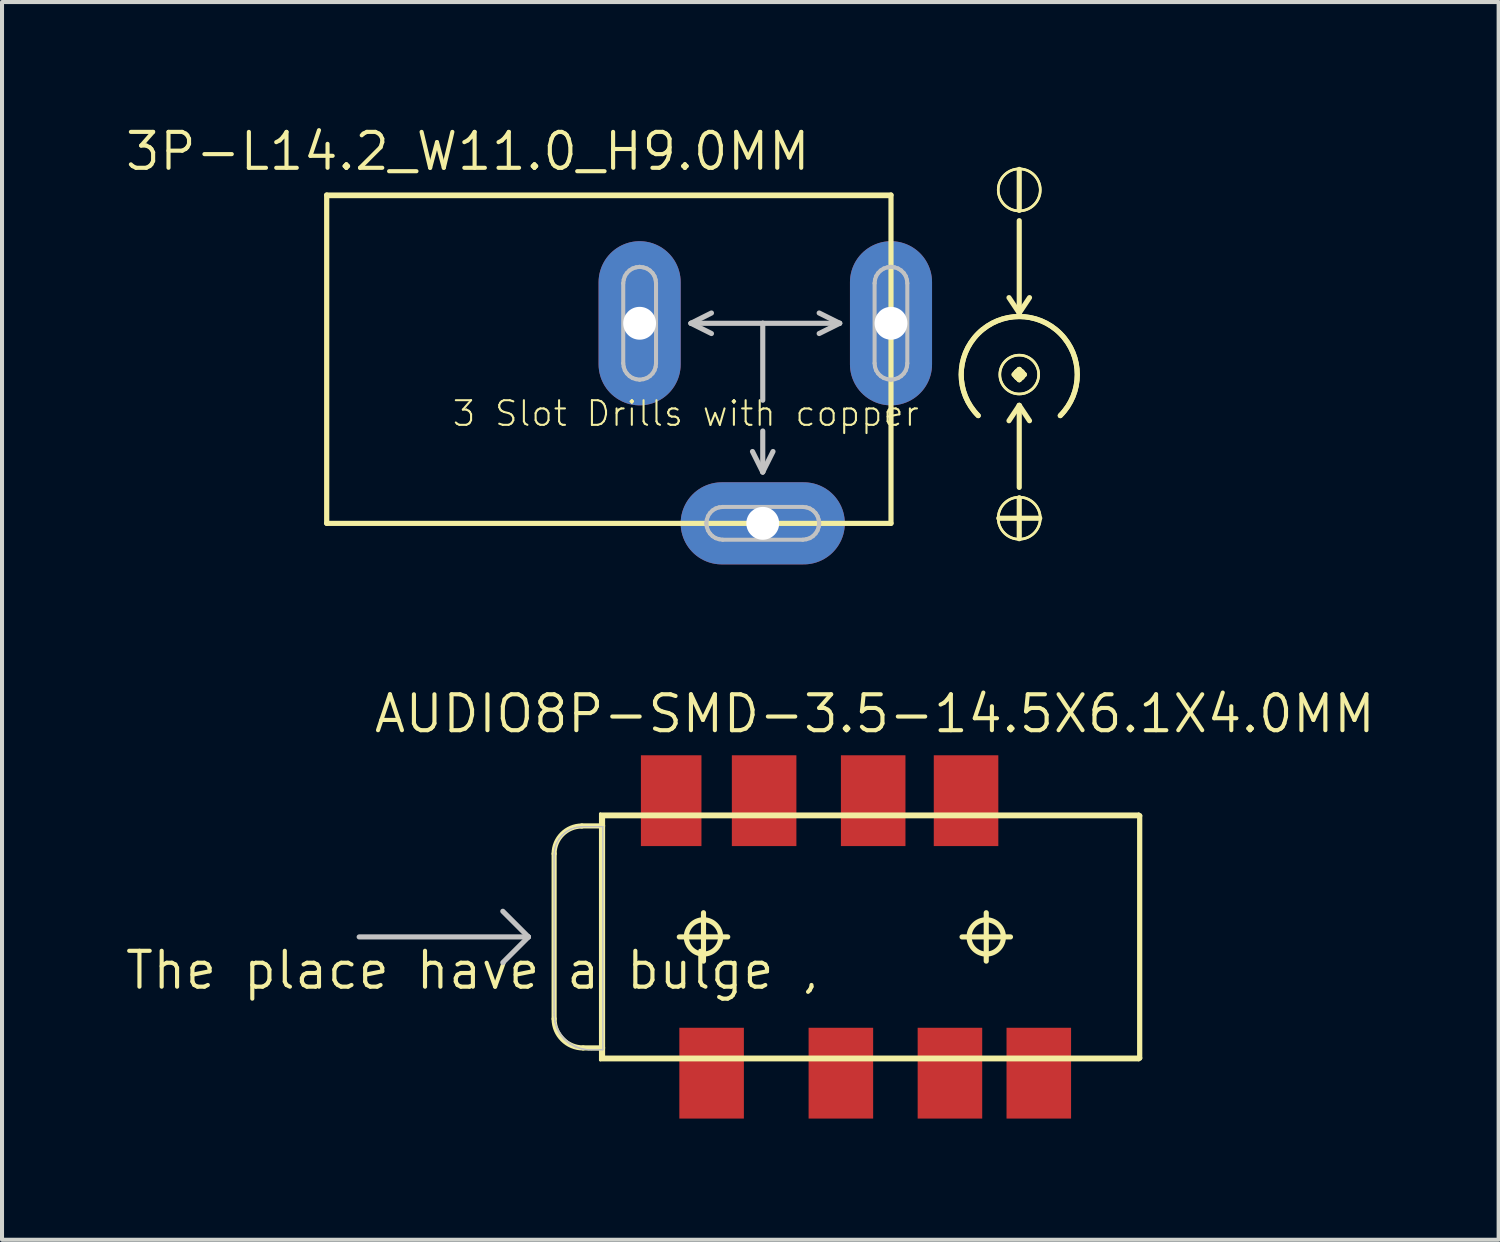
<source format=kicad_pcb>
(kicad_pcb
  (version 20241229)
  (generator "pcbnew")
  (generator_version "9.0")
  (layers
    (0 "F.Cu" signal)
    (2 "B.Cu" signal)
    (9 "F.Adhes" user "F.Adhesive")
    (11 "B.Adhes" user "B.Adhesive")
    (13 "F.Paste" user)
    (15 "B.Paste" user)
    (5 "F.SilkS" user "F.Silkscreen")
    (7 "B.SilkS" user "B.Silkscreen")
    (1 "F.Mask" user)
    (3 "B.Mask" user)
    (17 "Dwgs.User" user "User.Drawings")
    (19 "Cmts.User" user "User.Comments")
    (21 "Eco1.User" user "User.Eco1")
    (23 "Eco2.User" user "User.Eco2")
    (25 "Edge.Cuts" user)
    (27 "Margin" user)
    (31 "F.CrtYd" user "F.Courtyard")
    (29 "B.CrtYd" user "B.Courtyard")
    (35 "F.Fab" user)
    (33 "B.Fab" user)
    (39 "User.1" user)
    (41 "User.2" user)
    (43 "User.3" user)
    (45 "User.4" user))
  (footprint "AUDIO8P-SMD-3.5-14.5X6.1X4.0MM"
    (layer "F.Cu")
    (at 10.668 20.145)
    (property "Reference" "AUDIO8P-SMD-3.5-14.5X6.1X4.0MM" (at 7.938 -5.524 0) (layer "F.SilkS") (effects (font (size 0.889 0.889) (thickness 0.102))))
    (attr smd)
    (fp_line (start 0 -2.06) (end 0 2.029) (stroke (width 0.127) (type solid)) (layer "F.SilkS"))
    (fp_line (start 0.686 -2.748) (end 1.199 -2.748) (stroke (width 0.127) (type solid)) (layer "F.SilkS"))
    (fp_line (start 0.719 2.748) (end 1.199 2.748) (stroke (width 0.127) (type solid)) (layer "F.SilkS"))
    (fp_line (start 1.143 -3.048) (end 14.475 -3.048) (stroke (width 0.066) (type solid)) (layer "F.SilkS"))
    (fp_line (start 1.143 3.048) (end 1.143 -3.048) (stroke (width 0.066) (type solid)) (layer "F.SilkS"))
    (fp_line (start 1.143 3.048) (end 14.475 3.048) (stroke (width 0.066) (type solid)) (layer "F.SilkS"))
    (fp_line (start 1.199 -3) (end 14.498 -3) (stroke (width 0.127) (type solid)) (layer "F.SilkS"))
    (fp_line (start 1.199 -2.748) (end 1.199 -3) (stroke (width 0.127) (type solid)) (layer "F.SilkS"))
    (fp_line (start 1.199 -2.748) (end 1.199 2.748) (stroke (width 0.127) (type solid)) (layer "F.SilkS"))
    (fp_line (start 1.199 2.748) (end 1.199 3) (stroke (width 0.127) (type solid)) (layer "F.SilkS"))
    (fp_line (start 1.199 3) (end 14.498 3) (stroke (width 0.127) (type solid)) (layer "F.SilkS"))
    (fp_line (start 3.099 0) (end 4.298 0) (stroke (width 0.127) (type solid)) (layer "F.SilkS"))
    (fp_line (start 3.698 0.599) (end 3.698 -0.599) (stroke (width 0.127) (type solid)) (layer "F.SilkS"))
    (fp_line (start 10.099 0) (end 11.298 0) (stroke (width 0.127) (type solid)) (layer "F.SilkS"))
    (fp_line (start 10.698 0.599) (end 10.698 -0.599) (stroke (width 0.127) (type solid)) (layer "F.SilkS"))
    (fp_line (start 14.475 3.048) (end 14.475 -3.048) (stroke (width 0.066) (type solid)) (layer "F.SilkS"))
    (fp_line (start 14.498 -3) (end 14.498 3) (stroke (width 0.127) (type solid)) (layer "F.SilkS"))
    (fp_arc (start 0 -2.05994) (mid 0.200866 -2.544874) (end 0.6858 -2.74574) (stroke (width 0.127) (type solid)) (layer "F.SilkS"))
    (fp_arc (start 0.71882 2.74828) (mid 0.210538 2.537742) (end 0 2.02946) (stroke (width 0.127) (type solid)) (layer "F.SilkS"))
    (fp_circle (center 3.698 0) (end 3.998 0.3) (stroke (width 0.127) (type solid)) (fill no) (layer "F.SilkS"))
    (fp_circle (center 10.698 0) (end 10.998 0.3) (stroke (width 0.127) (type solid)) (fill no) (layer "F.SilkS"))
    (fp_line (start -4.826 0) (end -0.635 0) (stroke (width 0.127) (type solid)) (layer "Dwgs.User"))
    (fp_line (start -0.635 0) (end -1.27 -0.635) (stroke (width 0.127) (type solid)) (layer "Dwgs.User"))
    (fp_line (start -0.635 0) (end -1.27 0.635) (stroke (width 0.127) (type solid)) (layer "Dwgs.User"))
    (fp_line (start 0 -2.042) (end 0 1.941) (stroke (width 0.025) (type solid)) (layer "Dwgs.User"))
    (fp_line (start 0 -2.019) (end 0 1.867) (stroke (width 0.025) (type solid)) (layer "Dwgs.User"))
    (fp_line (start 0 1.941) (end 0.015 2.108) (stroke (width 0.025) (type solid)) (layer "Dwgs.User"))
    (fp_line (start 0.013 -2.177) (end 0 -2.042) (stroke (width 0.025) (type solid)) (layer "Dwgs.User"))
    (fp_line (start 0.015 2.108) (end 0.064 2.266) (stroke (width 0.025) (type solid)) (layer "Dwgs.User"))
    (fp_line (start 0.051 -2.306) (end 0.013 -2.177) (stroke (width 0.025) (type solid)) (layer "Dwgs.User"))
    (fp_line (start 0.064 2.266) (end 0.142 2.413) (stroke (width 0.025) (type solid)) (layer "Dwgs.User"))
    (fp_line (start 0.114 -2.423) (end 0.051 -2.306) (stroke (width 0.025) (type solid)) (layer "Dwgs.User"))
    (fp_line (start 0.142 2.413) (end 0.249 2.543) (stroke (width 0.025) (type solid)) (layer "Dwgs.User"))
    (fp_line (start 0.201 -2.527) (end 0.114 -2.423) (stroke (width 0.025) (type solid)) (layer "Dwgs.User"))
    (fp_line (start 0.249 2.543) (end 0.378 2.649) (stroke (width 0.025) (type solid)) (layer "Dwgs.User"))
    (fp_line (start 0.305 -2.614) (end 0.201 -2.527) (stroke (width 0.025) (type solid)) (layer "Dwgs.User"))
    (fp_line (start 0.378 2.649) (end 0.526 2.728) (stroke (width 0.025) (type solid)) (layer "Dwgs.User"))
    (fp_line (start 0.422 -2.677) (end 0.305 -2.614) (stroke (width 0.025) (type solid)) (layer "Dwgs.User"))
    (fp_line (start 0.526 2.728) (end 0.683 2.776) (stroke (width 0.025) (type solid)) (layer "Dwgs.User"))
    (fp_line (start 0.551 -2.715) (end 0.422 -2.677) (stroke (width 0.025) (type solid)) (layer "Dwgs.User"))
    (fp_line (start 0.683 2.776) (end 0.851 2.794) (stroke (width 0.025) (type solid)) (layer "Dwgs.User"))
    (fp_line (start 0.686 -2.731) (end 0.551 -2.715) (stroke (width 0.025) (type solid)) (layer "Dwgs.User"))
    (fp_line (start 0.851 2.794) (end 1.206 2.794) (stroke (width 0.025) (type solid)) (layer "Dwgs.User"))
    (fp_line (start 0.925 2.794) (end 1.206 2.794) (stroke (width 0.025) (type solid)) (layer "Dwgs.User"))
    (fp_line (start 1.206 -2.731) (end 0.686 -2.731) (stroke (width 0.025) (type solid)) (layer "Dwgs.User"))
    (fp_line (start 1.206 -2.731) (end 0.709 -2.731) (stroke (width 0.025) (type solid)) (layer "Dwgs.User"))
    (fp_line (start 1.206 2.794) (end 1.206 -2.731) (stroke (width 0.025) (type solid)) (layer "Dwgs.User"))
    (fp_line (start 1.206 2.794) (end 1.206 -2.731) (stroke (width 0.025) (type solid)) (layer "Dwgs.User"))
    (fp_arc (start 0 -2.0193) (mid 0.207562 -2.520398) (end 0.70866 -2.72796) (stroke (width 0.0254) (type solid)) (layer "Dwgs.User"))
    (fp_arc (start 0.92456 2.794) (mid 0.269001 2.522459) (end -0.00254 1.8669) (stroke (width 0.0254) (type solid)) (layer "Dwgs.User"))
    (fp_text user "The place have a bulge ,\n" (at -2.032 0.826 0) (layer "F.SilkS") (effects (font (size 0.889 0.889) (thickness 0.102))))
    (pad "1" smd rect (at 3.899 3.373 90) (size 2.248 1.598) (layers "F.Cu" "F.Mask" "F.Paste"))
    (pad "2" smd rect (at 7.099 3.373 90) (size 2.248 1.598) (layers "F.Cu" "F.Mask" "F.Paste"))
    (pad "3" smd rect (at 9.799 3.373 90) (size 2.248 1.598) (layers "F.Cu" "F.Mask" "F.Paste"))
    (pad "4" smd rect (at 10.198 -3.373 90) (size 2.248 1.598) (layers "F.Cu" "F.Mask" "F.Paste"))
    (pad "5" smd rect (at 2.898 -3.373 90) (size 2.248 1.499) (layers "F.Cu" "F.Mask" "F.Paste"))
    (pad "6" smd rect (at 5.199 -3.373 90) (size 2.248 1.598) (layers "F.Cu" "F.Mask" "F.Paste"))
    (pad "7" smd rect (at 7.899 -3.373 90) (size 2.248 1.598) (layers "F.Cu" "F.Mask" "F.Paste"))
    (pad "8" smd rect (at 11.999 3.373 90) (size 2.248 1.598) (layers "F.Cu" "F.Mask" "F.Paste")))
  (footprint "3P-L14.2_W11.0_H9.0MM"
    (layer "F.Cu")
    (at 15.833 4.953)
    (property "Reference" "3P-L14.2_W11.0_H9.0MM" (at -7.303 -4.255 0) (layer "F.SilkS") (effects (font (size 0.889 0.889) (thickness 0.102))))
    (attr exclude_from_pos_files exclude_from_bom)
    (fp_line (start -10.795 -3.175) (end 3.175 -3.175) (stroke (width 0.1) (type solid)) (layer "F.SilkS"))
    (fp_line (start -10.795 -3.175) (end 3.175 -3.175) (stroke (width 0.127) (type solid)) (layer "F.SilkS"))
    (fp_line (start -10.795 4.953) (end -10.795 -3.175) (stroke (width 0.1) (type solid)) (layer "F.SilkS"))
    (fp_line (start -10.795 4.953) (end -10.795 -3.175) (stroke (width 0.127) (type solid)) (layer "F.SilkS"))
    (fp_line (start -10.77 -3.129) (end 3.17 -3.129) (stroke (width 0.066) (type solid)) (layer "F.SilkS"))
    (fp_line (start -10.77 4.938) (end -10.77 -3.129) (stroke (width 0.066) (type solid)) (layer "F.SilkS"))
    (fp_line (start -10.77 4.938) (end 3.17 4.938) (stroke (width 0.066) (type solid)) (layer "F.SilkS"))
    (fp_line (start 3.17 4.938) (end 3.17 -3.129) (stroke (width 0.066) (type solid)) (layer "F.SilkS"))
    (fp_line (start 3.175 -3.175) (end 3.175 4.953) (stroke (width 0.1) (type solid)) (layer "F.SilkS"))
    (fp_line (start 3.175 -3.175) (end 3.175 4.953) (stroke (width 0.127) (type solid)) (layer "F.SilkS"))
    (fp_line (start 3.175 4.953) (end -10.795 4.953) (stroke (width 0.1) (type solid)) (layer "F.SilkS"))
    (fp_line (start 3.175 4.953) (end -10.795 4.953) (stroke (width 0.127) (type solid)) (layer "F.SilkS"))
    (fp_line (start 5.842 4.826) (end 6.858 4.826) (stroke (width 0.127) (type solid)) (layer "F.SilkS"))
    (fp_line (start 6.223 1.27) (end 6.35 1.397) (stroke (width 0.127) (type solid)) (layer "F.SilkS"))
    (fp_line (start 6.35 -2.794) (end 6.35 -3.81) (stroke (width 0.127) (type solid)) (layer "F.SilkS"))
    (fp_line (start 6.35 -0.254) (end 6.096 -0.635) (stroke (width 0.127) (type solid)) (layer "F.SilkS"))
    (fp_line (start 6.35 -0.254) (end 6.35 -2.54) (stroke (width 0.127) (type solid)) (layer "F.SilkS"))
    (fp_line (start 6.35 -0.254) (end 6.604 -0.635) (stroke (width 0.127) (type solid)) (layer "F.SilkS"))
    (fp_line (start 6.35 1.143) (end 6.223 1.27) (stroke (width 0.127) (type solid)) (layer "F.SilkS"))
    (fp_line (start 6.35 1.397) (end 6.35 1.143) (stroke (width 0.127) (type solid)) (layer "F.SilkS"))
    (fp_line (start 6.35 1.397) (end 6.477 1.27) (stroke (width 0.127) (type solid)) (layer "F.SilkS"))
    (fp_line (start 6.35 2.032) (end 6.096 2.413) (stroke (width 0.127) (type solid)) (layer "F.SilkS"))
    (fp_line (start 6.35 2.032) (end 6.35 4.064) (stroke (width 0.127) (type solid)) (layer "F.SilkS"))
    (fp_line (start 6.35 2.032) (end 6.604 2.413) (stroke (width 0.127) (type solid)) (layer "F.SilkS"))
    (fp_line (start 6.35 5.334) (end 6.35 4.318) (stroke (width 0.127) (type solid)) (layer "F.SilkS"))
    (fp_line (start 6.477 1.27) (end 6.35 1.143) (stroke (width 0.127) (type solid)) (layer "F.SilkS"))
    (fp_arc (start 5.334 2.286) (mid 6.35 -0.166841) (end 7.366 2.286) (stroke (width 0.127) (type solid)) (layer "F.SilkS"))
    (fp_arc (start 5.334 2.286) (mid 6.35 -0.166841) (end 7.366 2.286) (stroke (width 0.127) (type solid)) (layer "F.SilkS"))
    (fp_circle (center 6.35 -3.302) (end 6.718 -3.67) (stroke (width 0.064) (type solid)) (fill no) (layer "F.SilkS"))
    (fp_circle (center 6.35 -3.302) (end 6.718 -3.67) (stroke (width 0.064) (type solid)) (fill no) (layer "F.SilkS"))
    (fp_circle (center 6.35 1.27) (end 6.439 1.359) (stroke (width 0.064) (type solid)) (fill no) (layer "F.SilkS"))
    (fp_circle (center 6.35 1.27) (end 6.439 1.359) (stroke (width 0.064) (type solid)) (fill no) (layer "F.SilkS"))
    (fp_circle (center 6.35 1.27) (end 6.69 1.61) (stroke (width 0.064) (type solid)) (fill no) (layer "F.SilkS"))
    (fp_circle (center 6.35 1.27) (end 6.69 1.61) (stroke (width 0.064) (type solid)) (fill no) (layer "F.SilkS"))
    (fp_circle (center 6.35 4.826) (end 6.718 5.194) (stroke (width 0.064) (type solid)) (fill no) (layer "F.SilkS"))
    (fp_circle (center 6.35 4.826) (end 6.718 5.194) (stroke (width 0.064) (type solid)) (fill no) (layer "F.SilkS"))
    (fp_line (start -3.454 -0.991) (end -3.442 -1.079) (stroke (width 0.1) (type solid)) (layer "Dwgs.User"))
    (fp_line (start -3.454 0.991) (end -3.454 -0.991) (stroke (width 0.1) (type solid)) (layer "Dwgs.User"))
    (fp_line (start -3.442 -1.079) (end -3.414 -1.166) (stroke (width 0.1) (type solid)) (layer "Dwgs.User"))
    (fp_line (start -3.442 1.079) (end -3.454 0.991) (stroke (width 0.1) (type solid)) (layer "Dwgs.User"))
    (fp_line (start -3.414 -1.166) (end -3.365 -1.242) (stroke (width 0.1) (type solid)) (layer "Dwgs.User"))
    (fp_line (start -3.414 1.166) (end -3.442 1.079) (stroke (width 0.1) (type solid)) (layer "Dwgs.User"))
    (fp_line (start -3.365 -1.242) (end -3.299 -1.308) (stroke (width 0.1) (type solid)) (layer "Dwgs.User"))
    (fp_line (start -3.365 1.242) (end -3.414 1.166) (stroke (width 0.1) (type solid)) (layer "Dwgs.User"))
    (fp_line (start -3.299 -1.308) (end -3.223 -1.356) (stroke (width 0.1) (type solid)) (layer "Dwgs.User"))
    (fp_line (start -3.299 1.308) (end -3.365 1.242) (stroke (width 0.1) (type solid)) (layer "Dwgs.User"))
    (fp_line (start -3.223 -1.356) (end -3.137 -1.384) (stroke (width 0.1) (type solid)) (layer "Dwgs.User"))
    (fp_line (start -3.223 1.356) (end -3.299 1.308) (stroke (width 0.1) (type solid)) (layer "Dwgs.User"))
    (fp_line (start -3.137 -1.384) (end -3.048 -1.397) (stroke (width 0.1) (type solid)) (layer "Dwgs.User"))
    (fp_line (start -3.137 1.384) (end -3.223 1.356) (stroke (width 0.1) (type solid)) (layer "Dwgs.User"))
    (fp_line (start -3.048 -1.397) (end -2.957 -1.384) (stroke (width 0.1) (type solid)) (layer "Dwgs.User"))
    (fp_line (start -3.048 1.397) (end -3.137 1.384) (stroke (width 0.1) (type solid)) (layer "Dwgs.User"))
    (fp_line (start -2.957 -1.384) (end -2.87 -1.356) (stroke (width 0.1) (type solid)) (layer "Dwgs.User"))
    (fp_line (start -2.957 1.384) (end -3.048 1.397) (stroke (width 0.1) (type solid)) (layer "Dwgs.User"))
    (fp_line (start -2.87 -1.356) (end -2.794 -1.308) (stroke (width 0.1) (type solid)) (layer "Dwgs.User"))
    (fp_line (start -2.87 1.356) (end -2.957 1.384) (stroke (width 0.1) (type solid)) (layer "Dwgs.User"))
    (fp_line (start -2.794 -1.308) (end -2.728 -1.242) (stroke (width 0.1) (type solid)) (layer "Dwgs.User"))
    (fp_line (start -2.794 1.308) (end -2.87 1.356) (stroke (width 0.1) (type solid)) (layer "Dwgs.User"))
    (fp_line (start -2.728 -1.242) (end -2.68 -1.166) (stroke (width 0.1) (type solid)) (layer "Dwgs.User"))
    (fp_line (start -2.728 1.242) (end -2.794 1.308) (stroke (width 0.1) (type solid)) (layer "Dwgs.User"))
    (fp_line (start -2.68 -1.166) (end -2.652 -1.079) (stroke (width 0.1) (type solid)) (layer "Dwgs.User"))
    (fp_line (start -2.68 1.166) (end -2.728 1.242) (stroke (width 0.1) (type solid)) (layer "Dwgs.User"))
    (fp_line (start -2.652 -1.079) (end -2.642 -0.991) (stroke (width 0.1) (type solid)) (layer "Dwgs.User"))
    (fp_line (start -2.652 1.079) (end -2.68 1.166) (stroke (width 0.1) (type solid)) (layer "Dwgs.User"))
    (fp_line (start -2.642 -0.991) (end -2.642 0.991) (stroke (width 0.1) (type solid)) (layer "Dwgs.User"))
    (fp_line (start -2.642 0.991) (end -2.652 1.079) (stroke (width 0.1) (type solid)) (layer "Dwgs.User"))
    (fp_line (start -1.778 0) (end -1.27 -0.254) (stroke (width 0.127) (type solid)) (layer "Dwgs.User"))
    (fp_line (start -1.778 0) (end -1.27 0.254) (stroke (width 0.127) (type solid)) (layer "Dwgs.User"))
    (fp_line (start -1.397 4.953) (end -1.384 4.862) (stroke (width 0.1) (type solid)) (layer "Dwgs.User"))
    (fp_line (start -1.384 4.862) (end -1.356 4.775) (stroke (width 0.1) (type solid)) (layer "Dwgs.User"))
    (fp_line (start -1.384 5.042) (end -1.397 4.953) (stroke (width 0.1) (type solid)) (layer "Dwgs.User"))
    (fp_line (start -1.356 4.775) (end -1.308 4.699) (stroke (width 0.1) (type solid)) (layer "Dwgs.User"))
    (fp_line (start -1.356 5.128) (end -1.384 5.042) (stroke (width 0.1) (type solid)) (layer "Dwgs.User"))
    (fp_line (start -1.308 4.699) (end -1.242 4.633) (stroke (width 0.1) (type solid)) (layer "Dwgs.User"))
    (fp_line (start -1.308 5.204) (end -1.356 5.128) (stroke (width 0.1) (type solid)) (layer "Dwgs.User"))
    (fp_line (start -1.242 4.633) (end -1.166 4.585) (stroke (width 0.1) (type solid)) (layer "Dwgs.User"))
    (fp_line (start -1.242 5.271) (end -1.308 5.204) (stroke (width 0.1) (type solid)) (layer "Dwgs.User"))
    (fp_line (start -1.166 4.585) (end -1.079 4.557) (stroke (width 0.1) (type solid)) (layer "Dwgs.User"))
    (fp_line (start -1.166 5.319) (end -1.242 5.271) (stroke (width 0.1) (type solid)) (layer "Dwgs.User"))
    (fp_line (start -1.079 4.557) (end -0.991 4.547) (stroke (width 0.1) (type solid)) (layer "Dwgs.User"))
    (fp_line (start -1.079 5.347) (end -1.166 5.319) (stroke (width 0.1) (type solid)) (layer "Dwgs.User"))
    (fp_line (start -0.991 4.547) (end 0.991 4.547) (stroke (width 0.1) (type solid)) (layer "Dwgs.User"))
    (fp_line (start -0.991 5.359) (end -1.079 5.347) (stroke (width 0.1) (type solid)) (layer "Dwgs.User"))
    (fp_line (start 0 0) (end -1.778 0) (stroke (width 0.127) (type solid)) (layer "Dwgs.User"))
    (fp_line (start 0 0) (end 1.905 0) (stroke (width 0.127) (type solid)) (layer "Dwgs.User"))
    (fp_line (start 0 1.905) (end 0 0) (stroke (width 0.127) (type solid)) (layer "Dwgs.User"))
    (fp_line (start 0 2.667) (end 0 3.683) (stroke (width 0.127) (type solid)) (layer "Dwgs.User"))
    (fp_line (start 0 3.683) (end -0.254 3.175) (stroke (width 0.127) (type solid)) (layer "Dwgs.User"))
    (fp_line (start 0 3.683) (end 0.254 3.175) (stroke (width 0.127) (type solid)) (layer "Dwgs.User"))
    (fp_line (start 0.991 4.547) (end 1.079 4.557) (stroke (width 0.1) (type solid)) (layer "Dwgs.User"))
    (fp_line (start 0.991 5.359) (end -0.991 5.359) (stroke (width 0.1) (type solid)) (layer "Dwgs.User"))
    (fp_line (start 1.079 4.557) (end 1.166 4.585) (stroke (width 0.1) (type solid)) (layer "Dwgs.User"))
    (fp_line (start 1.079 5.347) (end 0.991 5.359) (stroke (width 0.1) (type solid)) (layer "Dwgs.User"))
    (fp_line (start 1.166 4.585) (end 1.242 4.633) (stroke (width 0.1) (type solid)) (layer "Dwgs.User"))
    (fp_line (start 1.166 5.319) (end 1.079 5.347) (stroke (width 0.1) (type solid)) (layer "Dwgs.User"))
    (fp_line (start 1.242 4.633) (end 1.308 4.699) (stroke (width 0.1) (type solid)) (layer "Dwgs.User"))
    (fp_line (start 1.242 5.271) (end 1.166 5.319) (stroke (width 0.1) (type solid)) (layer "Dwgs.User"))
    (fp_line (start 1.308 4.699) (end 1.356 4.775) (stroke (width 0.1) (type solid)) (layer "Dwgs.User"))
    (fp_line (start 1.308 5.204) (end 1.242 5.271) (stroke (width 0.1) (type solid)) (layer "Dwgs.User"))
    (fp_line (start 1.356 4.775) (end 1.384 4.862) (stroke (width 0.1) (type solid)) (layer "Dwgs.User"))
    (fp_line (start 1.356 5.128) (end 1.308 5.204) (stroke (width 0.1) (type solid)) (layer "Dwgs.User"))
    (fp_line (start 1.384 4.862) (end 1.397 4.953) (stroke (width 0.1) (type solid)) (layer "Dwgs.User"))
    (fp_line (start 1.384 5.042) (end 1.356 5.128) (stroke (width 0.1) (type solid)) (layer "Dwgs.User"))
    (fp_line (start 1.397 4.953) (end 1.384 5.042) (stroke (width 0.1) (type solid)) (layer "Dwgs.User"))
    (fp_line (start 1.905 0) (end 1.397 -0.254) (stroke (width 0.127) (type solid)) (layer "Dwgs.User"))
    (fp_line (start 1.905 0) (end 1.397 0.254) (stroke (width 0.127) (type solid)) (layer "Dwgs.User"))
    (fp_line (start 2.769 -0.991) (end 2.779 -1.079) (stroke (width 0.1) (type solid)) (layer "Dwgs.User"))
    (fp_line (start 2.769 0.991) (end 2.769 -0.991) (stroke (width 0.1) (type solid)) (layer "Dwgs.User"))
    (fp_line (start 2.779 -1.079) (end 2.807 -1.166) (stroke (width 0.1) (type solid)) (layer "Dwgs.User"))
    (fp_line (start 2.779 1.079) (end 2.769 0.991) (stroke (width 0.1) (type solid)) (layer "Dwgs.User"))
    (fp_line (start 2.807 -1.166) (end 2.855 -1.242) (stroke (width 0.1) (type solid)) (layer "Dwgs.User"))
    (fp_line (start 2.807 1.166) (end 2.779 1.079) (stroke (width 0.1) (type solid)) (layer "Dwgs.User"))
    (fp_line (start 2.855 -1.242) (end 2.921 -1.308) (stroke (width 0.1) (type solid)) (layer "Dwgs.User"))
    (fp_line (start 2.855 1.242) (end 2.807 1.166) (stroke (width 0.1) (type solid)) (layer "Dwgs.User"))
    (fp_line (start 2.921 -1.308) (end 2.997 -1.356) (stroke (width 0.1) (type solid)) (layer "Dwgs.User"))
    (fp_line (start 2.921 1.308) (end 2.855 1.242) (stroke (width 0.1) (type solid)) (layer "Dwgs.User"))
    (fp_line (start 2.997 -1.356) (end 3.084 -1.384) (stroke (width 0.1) (type solid)) (layer "Dwgs.User"))
    (fp_line (start 2.997 1.356) (end 2.921 1.308) (stroke (width 0.1) (type solid)) (layer "Dwgs.User"))
    (fp_line (start 3.084 -1.384) (end 3.175 -1.397) (stroke (width 0.1) (type solid)) (layer "Dwgs.User"))
    (fp_line (start 3.084 1.384) (end 2.997 1.356) (stroke (width 0.1) (type solid)) (layer "Dwgs.User"))
    (fp_line (start 3.175 -1.397) (end 3.264 -1.384) (stroke (width 0.1) (type solid)) (layer "Dwgs.User"))
    (fp_line (start 3.175 1.397) (end 3.084 1.384) (stroke (width 0.1) (type solid)) (layer "Dwgs.User"))
    (fp_line (start 3.264 -1.384) (end 3.35 -1.356) (stroke (width 0.1) (type solid)) (layer "Dwgs.User"))
    (fp_line (start 3.264 1.384) (end 3.175 1.397) (stroke (width 0.1) (type solid)) (layer "Dwgs.User"))
    (fp_line (start 3.35 -1.356) (end 3.426 -1.308) (stroke (width 0.1) (type solid)) (layer "Dwgs.User"))
    (fp_line (start 3.35 1.356) (end 3.264 1.384) (stroke (width 0.1) (type solid)) (layer "Dwgs.User"))
    (fp_line (start 3.426 -1.308) (end 3.493 -1.242) (stroke (width 0.1) (type solid)) (layer "Dwgs.User"))
    (fp_line (start 3.426 1.308) (end 3.35 1.356) (stroke (width 0.1) (type solid)) (layer "Dwgs.User"))
    (fp_line (start 3.493 -1.242) (end 3.541 -1.166) (stroke (width 0.1) (type solid)) (layer "Dwgs.User"))
    (fp_line (start 3.493 1.242) (end 3.426 1.308) (stroke (width 0.1) (type solid)) (layer "Dwgs.User"))
    (fp_line (start 3.541 -1.166) (end 3.569 -1.079) (stroke (width 0.1) (type solid)) (layer "Dwgs.User"))
    (fp_line (start 3.541 1.166) (end 3.493 1.242) (stroke (width 0.1) (type solid)) (layer "Dwgs.User"))
    (fp_line (start 3.569 -1.079) (end 3.579 -0.991) (stroke (width 0.1) (type solid)) (layer "Dwgs.User"))
    (fp_line (start 3.569 1.079) (end 3.541 1.166) (stroke (width 0.1) (type solid)) (layer "Dwgs.User"))
    (fp_line (start 3.579 -0.991) (end 3.579 0.991) (stroke (width 0.1) (type solid)) (layer "Dwgs.User"))
    (fp_line (start 3.579 0.991) (end 3.569 1.079) (stroke (width 0.1) (type solid)) (layer "Dwgs.User"))
    (fp_text user "3 Slot Drills with copper" (at -1.905 2.235 0) (layer "F.SilkS") (effects (font (size 0.61 0.61) (thickness 0.051))))
    (pad "+" thru_hole oval (at 3.175 0 180) (size 2.032 4.064) (drill 0.813) (layers "*.Cu" "*.Paste" "*.Mask"))
    (pad "-1" thru_hole oval (at -3.048 0 180) (size 2.032 4.064) (drill 0.813) (layers "*.Cu" "*.Paste" "*.Mask"))
    (pad "-2" thru_hole oval (at 0 4.953 270) (size 2.032 4.064) (drill 0.813) (layers "*.Cu" "*.Paste" "*.Mask")))
  (gr_rect
    (start -3 -3)
    (end 34.051 27.642)
    (stroke (width 0.1) (type default))
    (fill no)
    (layer "Edge.Cuts")))
</source>
